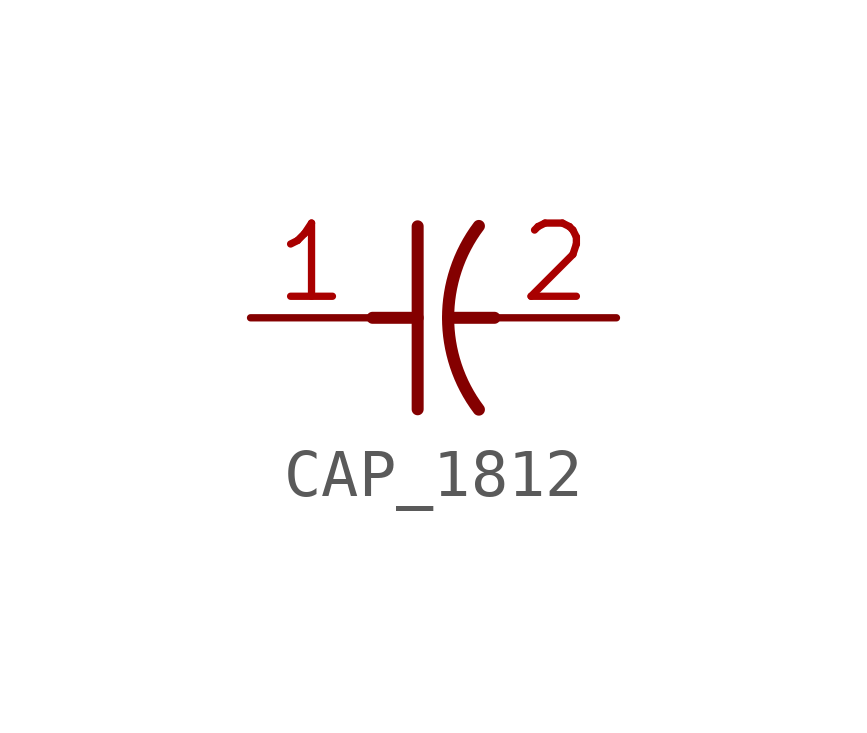
<source format=kicad_sym>
(kicad_symbol_lib
  (version 20241209)
  (generator "kicad_symbol_editor")
  (generator_version "9.0")
  (symbol "CAP_1812"
    (property "Reference" "C"
      (at 0 0 0)
      (effects (font (size 1.27 1.27)) (hide yes)))
    (property "ki_locked" ""
      (at 0 0 0)
      (effects (font (size 1.27 1.27))))
    (symbol "CAP_1812_1_0"
      (polyline (pts (xy -1.27 0) (xy -0.33 0)) (stroke (width 0.25) (type solid)) (fill (type none)))
      (polyline (pts (xy -0.33 -1.905) (xy -0.33 1.905)) (stroke (width 0.25) (type solid)) (fill (type none)))
      (polyline (pts (xy 0.305 0) (xy 1.27 0)) (stroke (width 0.25) (type solid)) (fill (type none)))
      (arc (start 0.9439 -1.9109) (mid 0.3044 0.0001) (end 0.944 1.911) (stroke (width 0.254) (type solid)) (fill (type none)))
      (pin passive line (at -3.81 0 0) (length 2.54) (name "1" (effects (font (size 0 0)))) (number "1" (effects (font (size 1.524 1.524)))))
      (pin passive line (at 3.81 0 180) (length 2.54) (name "2" (effects (font (size 0 0)))) (number "2" (effects (font (size 1.524 1.524))))))))
</source>
